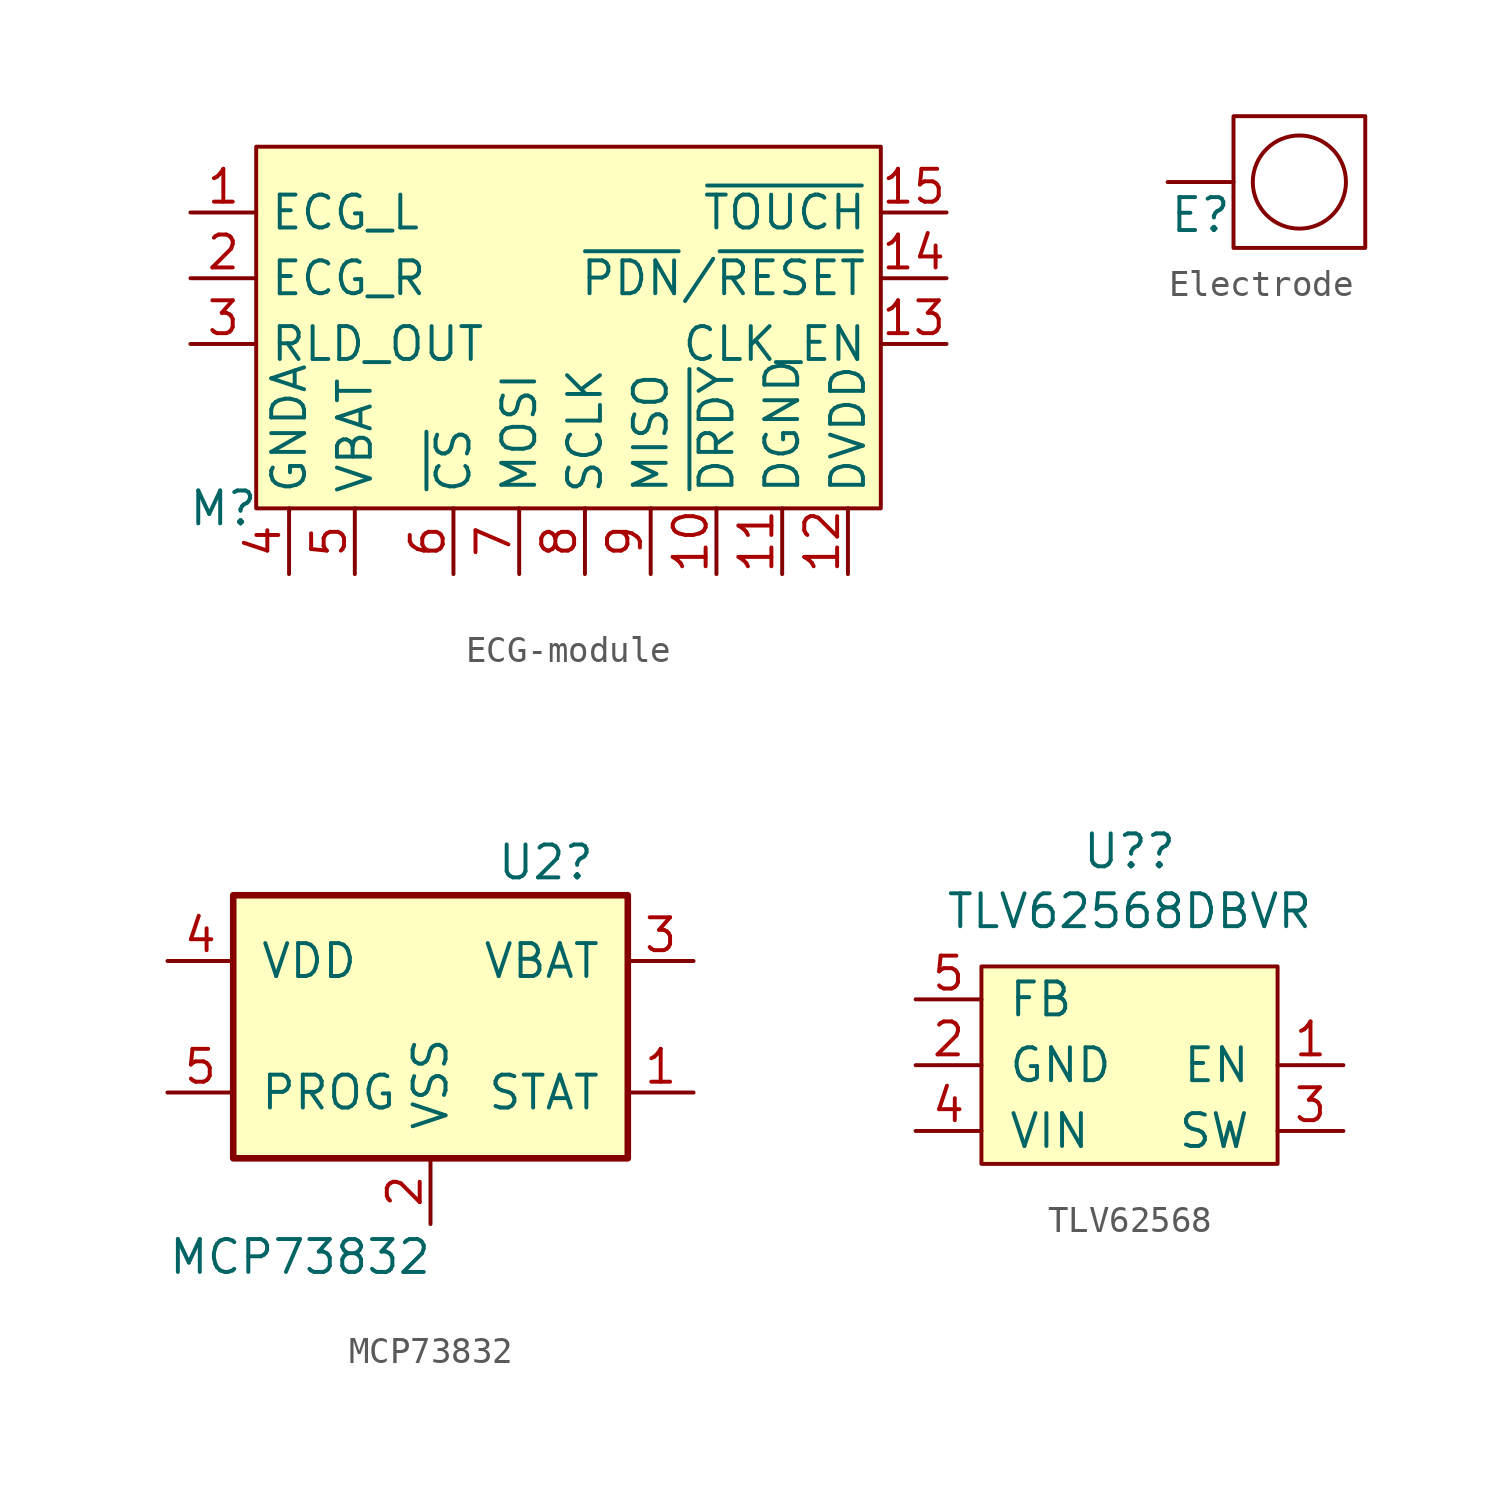
<source format=kicad_sym>
(kicad_symbol_lib
  (version 20220914)
  (generator kicad_symbol_editor)
  (symbol "ECG-module"
    (property "Reference" "M"
      (at -13.97 -7.62 0)
      (effects (font (size 1.27 1.27))))
    (property "Value" ""
      (at -8.89 -10.16 90)
      (effects (font (size 1.27 1.27))))
    (symbol "ECG-module_1_1"
      (rectangle (start -12.7 6.35) (end 11.43 -7.62) (stroke (width 0) (type default)) (fill (type background)))
      (pin input line (at -15.24 3.81 0) (length 2.54) (name "ECG_L" (effects (font (size 1.27 1.27)))) (number "1" (effects (font (size 1.27 1.27)))))
      (pin output line (at 5.08 -10.16 90) (length 2.54) (name "~{DRDY}" (effects (font (size 1.27 1.27)))) (number "10" (effects (font (size 1.27 1.27)))))
      (pin power_in line (at 7.62 -10.16 90) (length 2.54) (name "DGND" (effects (font (size 1.27 1.27)))) (number "11" (effects (font (size 1.27 1.27)))))
      (pin power_in line (at 10.16 -10.16 90) (length 2.54) (name "DVDD" (effects (font (size 1.27 1.27)))) (number "12" (effects (font (size 1.27 1.27)))))
      (pin input line (at 13.97 -1.27 180) (length 2.54) (name "CLK_EN" (effects (font (size 1.27 1.27)))) (number "13" (effects (font (size 1.27 1.27)))))
      (pin input line (at 13.97 1.27 180) (length 2.54) (name "~{PDN}/~{RESET}" (effects (font (size 1.27 1.27)))) (number "14" (effects (font (size 1.27 1.27)))))
      (pin output line (at 13.97 3.81 180) (length 2.54) (name "~{TOUCH}" (effects (font (size 1.27 1.27)))) (number "15" (effects (font (size 1.27 1.27)))))
      (pin input line (at -15.24 1.27 0) (length 2.54) (name "ECG_R" (effects (font (size 1.27 1.27)))) (number "2" (effects (font (size 1.27 1.27)))))
      (pin input line (at -15.24 -1.27 0) (length 2.54) (name "RLD_OUT" (effects (font (size 1.27 1.27)))) (number "3" (effects (font (size 1.27 1.27)))))
      (pin power_in line (at -11.43 -10.16 90) (length 2.54) (name "GNDA" (effects (font (size 1.27 1.27)))) (number "4" (effects (font (size 1.27 1.27)))))
      (pin power_in line (at -8.89 -10.16 90) (length 2.54) (name "VBAT" (effects (font (size 1.27 1.27)))) (number "5" (effects (font (size 1.27 1.27)))))
      (pin input line (at -5.08 -10.16 90) (length 2.54) (name "~{CS}" (effects (font (size 1.27 1.27)))) (number "6" (effects (font (size 1.27 1.27)))))
      (pin input line (at -2.54 -10.16 90) (length 2.54) (name "MOSI" (effects (font (size 1.27 1.27)))) (number "7" (effects (font (size 1.27 1.27)))))
      (pin input line (at 0 -10.16 90) (length 2.54) (name "SCLK" (effects (font (size 1.27 1.27)))) (number "8" (effects (font (size 1.27 1.27)))))
      (pin output line (at 2.54 -10.16 90) (length 2.54) (name "MISO" (effects (font (size 1.27 1.27)))) (number "9" (effects (font (size 1.27 1.27)))))))
  (symbol "Electrode"
    (pin_numbers hide)
    (pin_names hide)
    (property "Reference" "E"
      (at -1.27 -1.27 0)
      (effects (font (size 1.27 1.27))))
    (property "Value" ""
      (at 0 0 0)
      (effects (font (size 1.27 1.27))))
    (symbol "Electrode_0_1"
      (rectangle (start 0 2.54) (end 5.08 -2.54) (stroke (width 0) (type default)) (fill (type none)))
      (circle (center 2.54 0) (radius 1.796) (stroke (width 0) (type default)) (fill (type none))))
    (symbol "Electrode_1_1"
      (pin input line (at -2.54 0 0) (length 2.54) (name "1" (effects (font (size 1.27 1.27)))) (number "1" (effects (font (size 1.27 1.27)))))))
  (symbol "MCP73832"
    (pin_names
      (offset 1.016))
    (property "Reference" "U2"
      (at 2.54 6.35 0)
      (effects (font (size 1.27 1.27)) (justify left)))
    (property "Value" "MCP73832"
      (at -10.16 -8.89 0)
      (effects (font (size 1.27 1.27)) (justify left)))
    (symbol "MCP73832_0_1"
      (rectangle (start -7.62 5.08) (end 7.62 -5.08) (stroke (width 0.254) (type default)) (fill (type background))))
    (symbol "MCP73832_1_1"
      (pin output line (at 10.16 -2.54 180) (length 2.54) (name "STAT" (effects (font (size 1.27 1.27)))) (number "1" (effects (font (size 1.27 1.27)))))
      (pin power_in line (at 0 -7.62 90) (length 2.54) (name "VSS" (effects (font (size 1.27 1.27)))) (number "2" (effects (font (size 1.27 1.27)))))
      (pin power_out line (at 10.16 2.54 180) (length 2.54) (name "VBAT" (effects (font (size 1.27 1.27)))) (number "3" (effects (font (size 1.27 1.27)))))
      (pin power_in line (at -10.16 2.54 0) (length 2.54) (name "VDD" (effects (font (size 1.27 1.27)))) (number "4" (effects (font (size 1.27 1.27)))))
      (pin input line (at -10.16 -2.54 0) (length 2.54) (name "PROG" (effects (font (size 1.27 1.27)))) (number "5" (effects (font (size 1.27 1.27)))))))
  (symbol "TLV62568"
    (pin_names
      (offset 1.016))
    (property "Reference" "U?"
      (at 0.635 8.255 0)
      (effects (font (size 1.27 1.27))))
    (property "Value" "TLV62568DBVR"
      (at 0.635 5.944 0)
      (effects (font (size 1.27 1.27))))
    (symbol "TLV62568_1_1"
      (rectangle (start -5.08 3.81) (end 6.35 -3.81) (stroke (width 0) (type default)) (fill (type background)))
      (pin input line (at 8.89 0 180) (length 2.54) (name "EN" (effects (font (size 1.27 1.27)))) (number "1" (effects (font (size 1.27 1.27)))))
      (pin power_in line (at -7.62 0 0) (length 2.54) (name "GND" (effects (font (size 1.27 1.27)))) (number "2" (effects (font (size 1.27 1.27)))))
      (pin power_out line (at 8.89 -2.54 180) (length 2.54) (name "SW" (effects (font (size 1.27 1.27)))) (number "3" (effects (font (size 1.27 1.27)))))
      (pin power_in line (at -7.62 -2.54 0) (length 2.54) (name "VIN" (effects (font (size 1.27 1.27)))) (number "4" (effects (font (size 1.27 1.27)))))
      (pin input line (at -7.62 2.54 0) (length 2.54) (name "FB" (effects (font (size 1.27 1.27)))) (number "5" (effects (font (size 1.27 1.27))))))))
</source>
